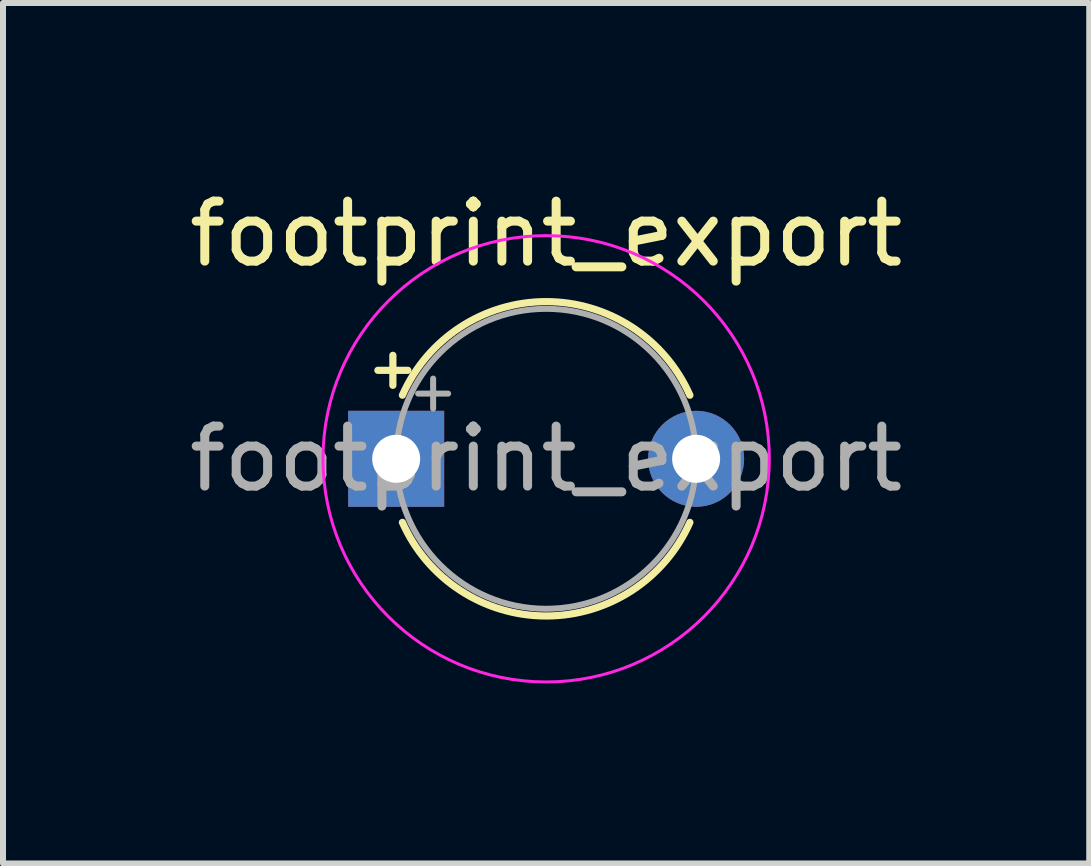
<source format=kicad_pcb>
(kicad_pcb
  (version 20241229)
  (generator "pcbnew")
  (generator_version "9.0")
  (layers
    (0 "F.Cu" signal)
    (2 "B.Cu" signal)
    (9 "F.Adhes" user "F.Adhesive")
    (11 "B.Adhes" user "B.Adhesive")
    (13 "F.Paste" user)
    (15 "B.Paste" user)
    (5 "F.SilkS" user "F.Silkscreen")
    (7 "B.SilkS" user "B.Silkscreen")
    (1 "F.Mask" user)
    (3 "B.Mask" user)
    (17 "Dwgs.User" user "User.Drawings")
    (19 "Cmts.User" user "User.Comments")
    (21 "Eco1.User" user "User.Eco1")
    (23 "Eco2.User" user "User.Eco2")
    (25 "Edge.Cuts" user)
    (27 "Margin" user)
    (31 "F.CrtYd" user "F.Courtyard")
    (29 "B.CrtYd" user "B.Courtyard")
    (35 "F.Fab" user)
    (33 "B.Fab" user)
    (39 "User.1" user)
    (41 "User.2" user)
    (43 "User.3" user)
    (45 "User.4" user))
  (footprint "footprint_export"
    (layer "F.Cu")
    (at 3.554 4.598)
    (property "Reference" "footprint_export" (at 2.5 -3.75 0) (layer "F.SilkS") (effects (font (size 1 1) (thickness 0.15))))
    (attr through_hole)
    (fp_line (start -0.305 -1.475) (end 0.195 -1.475) (stroke (width 0.12) (type solid)) (layer "F.SilkS"))
    (fp_line (start -0.055 -1.725) (end -0.055 -1.225) (stroke (width 0.12) (type solid)) (layer "F.SilkS"))
    (fp_arc (start 0.104003 -1.06) (mid 2.5 -2.62) (end 4.895997 -1.06) (stroke (width 0.12) (type solid)) (layer "F.SilkS"))
    (fp_arc (start 4.895997 1.06) (mid 2.5 2.62) (end 0.104003 1.06) (stroke (width 0.12) (type solid)) (layer "F.SilkS"))
    (fp_circle (center 2.5 0) (end 6.22 0) (stroke (width 0.05) (type solid)) (fill no) (layer "F.CrtYd"))
    (fp_line (start 0.366 -1.087) (end 0.866 -1.087) (stroke (width 0.1) (type solid)) (layer "F.Fab"))
    (fp_line (start 0.616 -1.337) (end 0.616 -0.838) (stroke (width 0.1) (type solid)) (layer "F.Fab"))
    (fp_circle (center 2.5 0) (end 5 0) (stroke (width 0.1) (type solid)) (fill no) (layer "F.Fab"))
    (fp_text user "${REFERENCE}" (at 2.5 0 0) (layer "F.Fab") (effects (font (size 1 1) (thickness 0.15))))
    (pad "1" thru_hole rect (at 0 0) (size 1.6 1.6) (drill 0.8) (layers "*.Cu" "*.Mask"))
    (pad "2" thru_hole circle (at 5 0) (size 1.6 1.6) (drill 0.8) (layers "*.Cu" "*.Mask")))
  (gr_rect
    (start -3 -3)
    (end 15.107 11.343)
    (stroke (width 0.1) (type default))
    (fill no)
    (layer "Edge.Cuts")))
</source>
